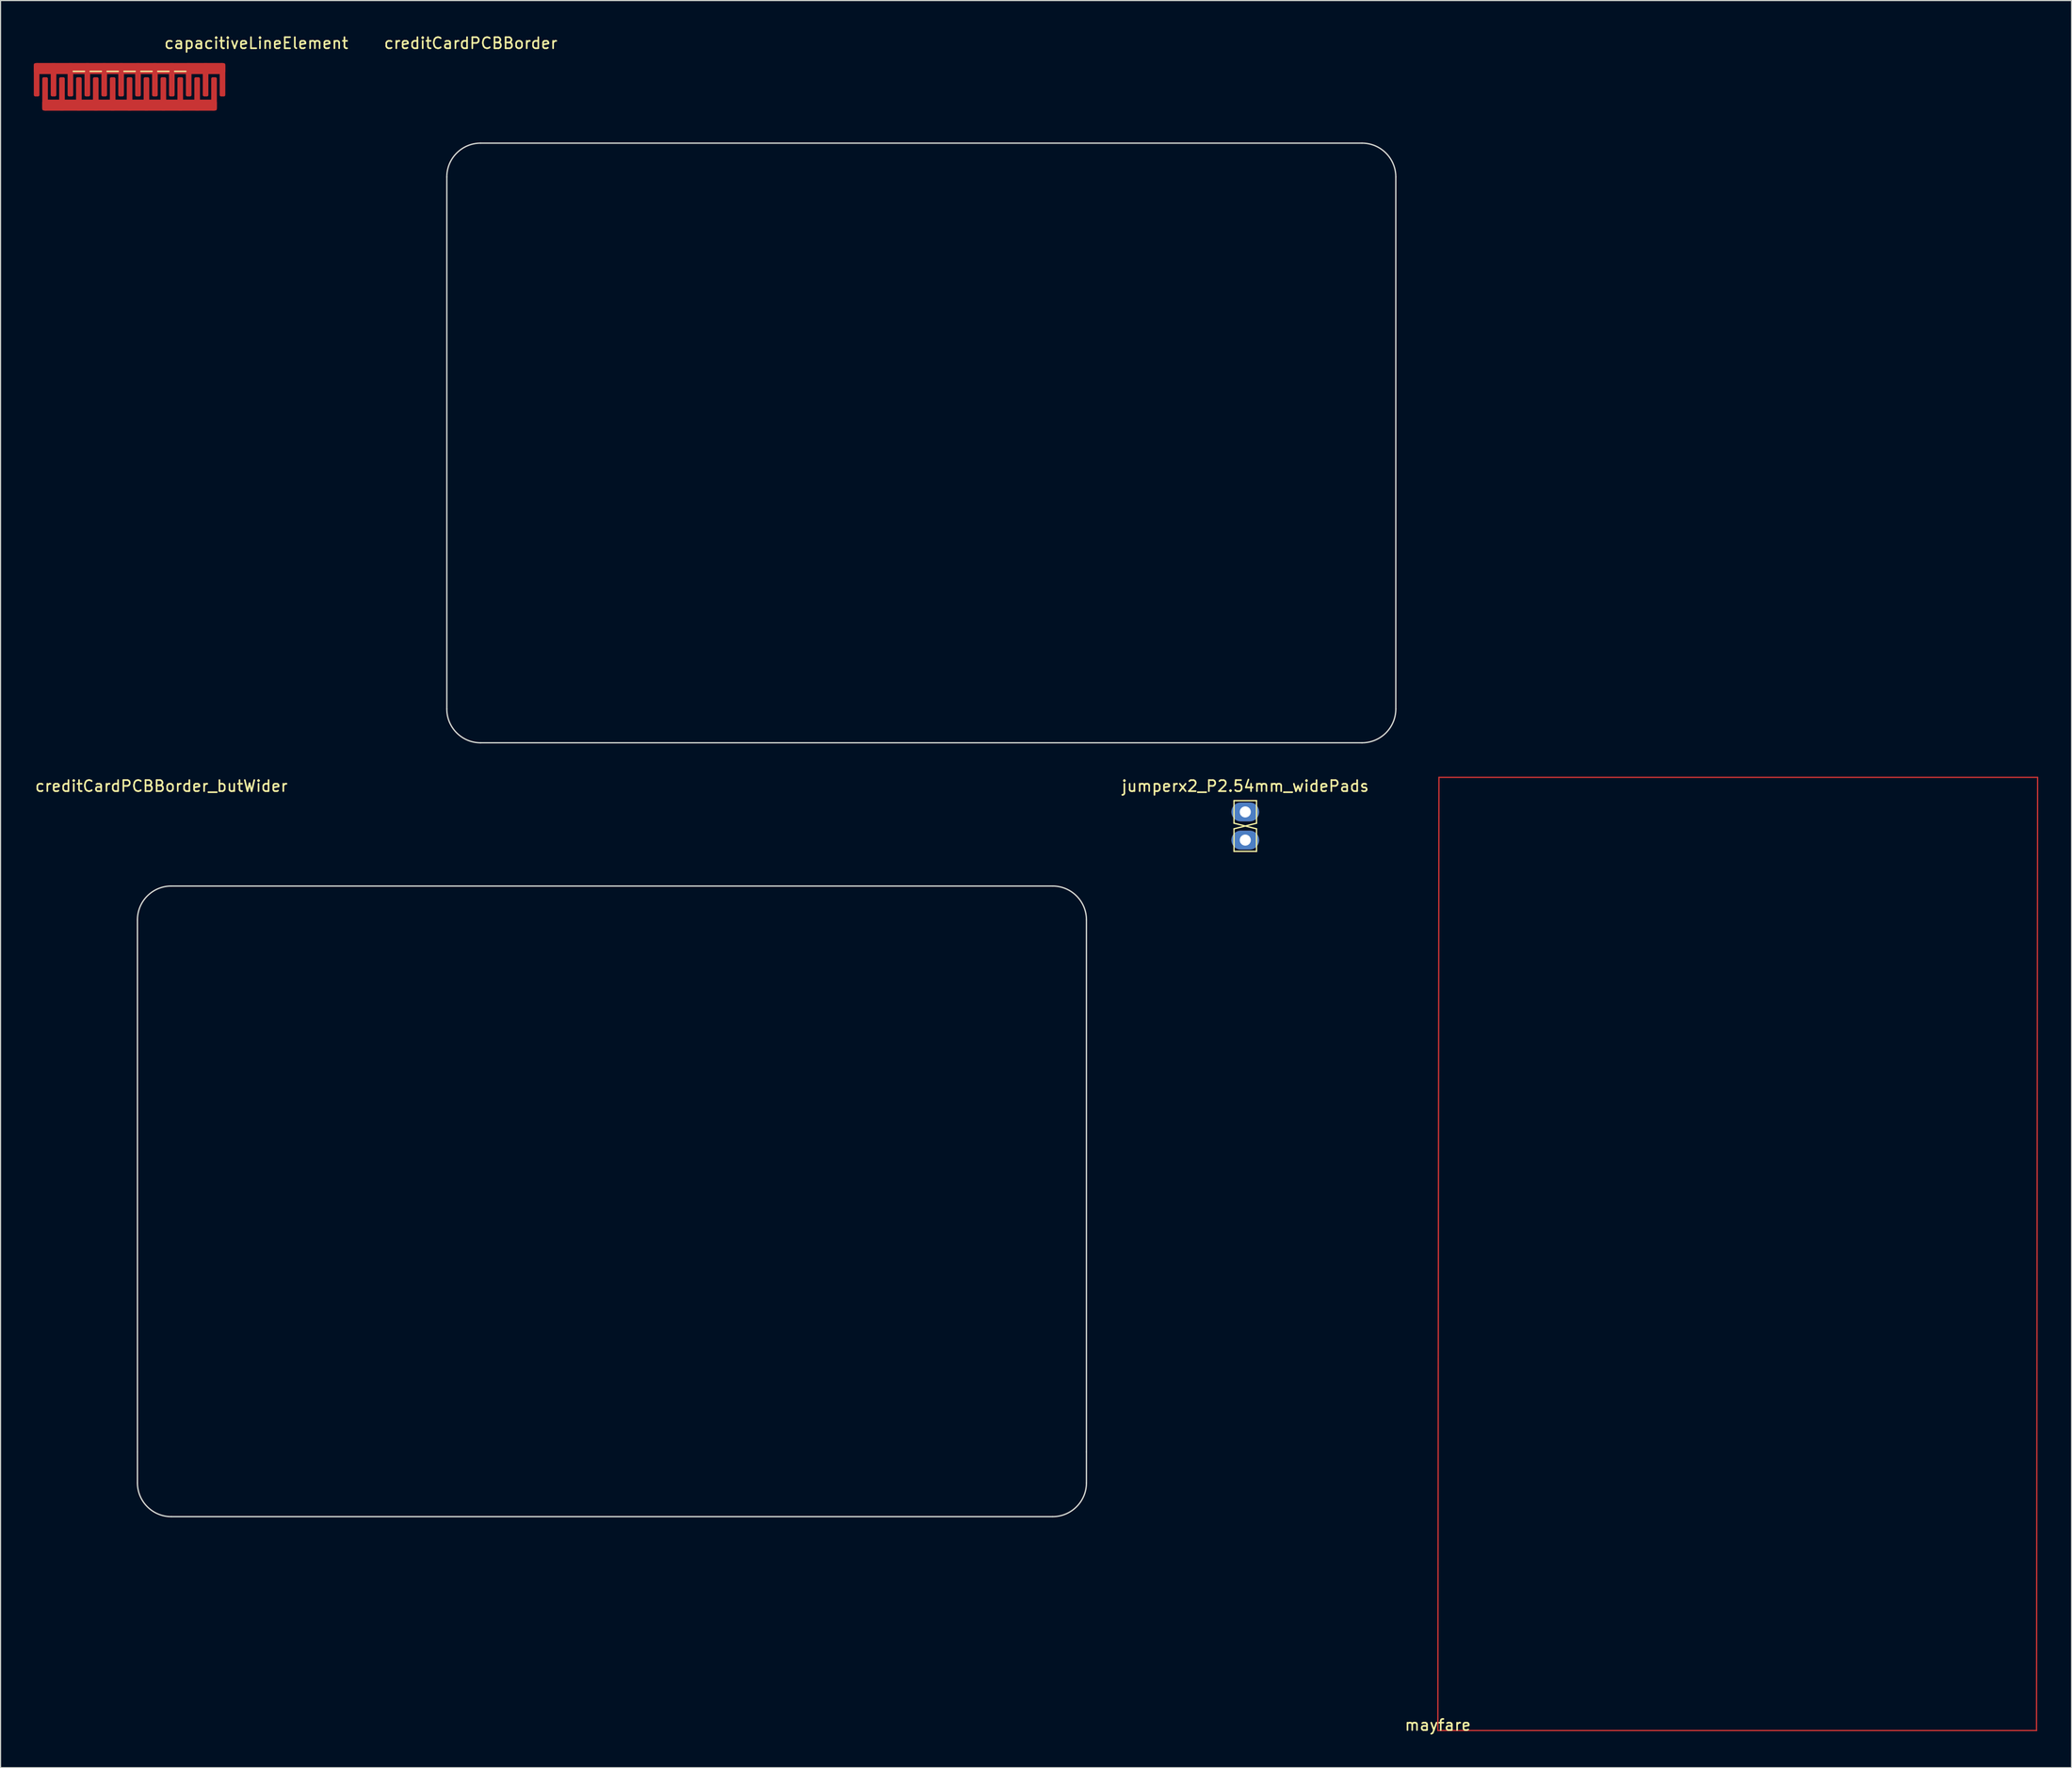
<source format=kicad_pcb>
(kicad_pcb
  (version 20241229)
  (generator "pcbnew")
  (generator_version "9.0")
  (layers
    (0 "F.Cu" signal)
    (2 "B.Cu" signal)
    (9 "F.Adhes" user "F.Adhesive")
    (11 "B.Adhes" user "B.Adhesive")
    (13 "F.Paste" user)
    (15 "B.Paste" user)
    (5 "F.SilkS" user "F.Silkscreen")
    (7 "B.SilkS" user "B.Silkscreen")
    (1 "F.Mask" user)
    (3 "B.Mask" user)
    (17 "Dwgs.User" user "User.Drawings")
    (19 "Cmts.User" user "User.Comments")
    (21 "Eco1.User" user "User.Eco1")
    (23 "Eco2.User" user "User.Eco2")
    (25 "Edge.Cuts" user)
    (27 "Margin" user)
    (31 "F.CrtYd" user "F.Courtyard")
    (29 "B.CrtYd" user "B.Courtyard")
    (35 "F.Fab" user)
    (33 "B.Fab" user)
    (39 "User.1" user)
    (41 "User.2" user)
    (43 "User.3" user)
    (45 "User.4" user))
  (footprint "mayfare"
    (layer "F.Cu")
    (at 126.642 153.087)
    (property "Reference" "mayfare" (at 0 -0.5 0) (unlocked yes) (layer "F.SilkS") (effects (font (size 1 1) (thickness 0.15))))
    (attr smd)
    (fp_line (start 0 0) (end 0.1 -86) (stroke (width 0.12) (type solid)) (layer "F.Cu"))
    (fp_line (start 0 0) (end 54 0) (stroke (width 0.12) (type solid)) (layer "F.Cu"))
    (fp_line (start 0.1 -86) (end 54.1 -86) (stroke (width 0.12) (type solid)) (layer "F.Cu"))
    (fp_line (start 54 0) (end 54.1 -86) (stroke (width 0.12) (type solid)) (layer "F.Cu")))
  (footprint "creditCardPCBBorder"
    (layer "F.Cu")
    (at 37.252 9.865)
    (property "Reference" "creditCardPCBBorder" (at 2.159 -9.017 0) (unlocked yes) (layer "F.SilkS") (effects (font (size 1 1) (thickness 0.15))))
    (fp_line (start 0 3.048) (end 0 51.054) (stroke (width 0.12) (type solid)) (layer "Edge.Cuts"))
    (fp_line (start 3.048 54.102) (end 82.55 54.102) (stroke (width 0.12) (type solid)) (layer "Edge.Cuts"))
    (fp_line (start 82.55 0) (end 3.048 0) (stroke (width 0.12) (type solid)) (layer "Edge.Cuts"))
    (fp_line (start 85.598 51.054) (end 85.598 3.048) (stroke (width 0.12) (type solid)) (layer "Edge.Cuts"))
    (fp_arc (start 0 3.048) (mid 0.892739 0.892739) (end 3.048 0) (stroke (width 0.12) (type solid)) (layer "Edge.Cuts"))
    (fp_arc (start 3.048 54.102) (mid 0.892739 53.209261) (end 0 51.054) (stroke (width 0.12) (type solid)) (layer "Edge.Cuts"))
    (fp_arc (start 82.55 0) (mid 84.705261 0.892739) (end 85.598 3.048) (stroke (width 0.12) (type solid)) (layer "Edge.Cuts"))
    (fp_arc (start 85.598 51.054) (mid 84.705261 53.209261) (end 82.55 54.102) (stroke (width 0.12) (type solid)) (layer "Edge.Cuts")))
  (footprint "creditCardPCBBorder_butWider"
    (layer "F.Cu")
    (at 9.347 76.892)
    (property "Reference" "creditCardPCBBorder_butWider" (at 2.159 -9.017 0) (unlocked yes) (layer "F.SilkS") (effects (font (size 1 1) (thickness 0.15))))
    (fp_line (start 0 3.048) (end 0 51.054) (stroke (width 0.12) (type solid)) (layer "Edge.Cuts"))
    (fp_line (start 0 53.848) (end 0 51.054) (stroke (width 0.12) (type solid)) (layer "Edge.Cuts"))
    (fp_line (start 3.048 56.896) (end 82.55 56.896) (stroke (width 0.12) (type solid)) (layer "Edge.Cuts"))
    (fp_line (start 82.55 0) (end 3.048 0) (stroke (width 0.12) (type solid)) (layer "Edge.Cuts"))
    (fp_line (start 85.598 51.054) (end 85.598 3.048) (stroke (width 0.12) (type solid)) (layer "Edge.Cuts"))
    (fp_line (start 85.598 53.848) (end 85.598 51.054) (stroke (width 0.12) (type solid)) (layer "Edge.Cuts"))
    (fp_arc (start 0 3.048) (mid 0.892739 0.892739) (end 3.048 0) (stroke (width 0.12) (type solid)) (layer "Edge.Cuts"))
    (fp_arc (start 3.048 56.896) (mid 0.892739 56.003261) (end 0 53.848) (stroke (width 0.12) (type solid)) (layer "Edge.Cuts"))
    (fp_arc (start 82.55 0) (mid 84.705261 0.892739) (end 85.598 3.048) (stroke (width 0.12) (type solid)) (layer "Edge.Cuts"))
    (fp_arc (start 85.598 53.848) (mid 84.705261 56.003261) (end 82.55 56.896) (stroke (width 0.12) (type solid)) (layer "Edge.Cuts")))
  (footprint "jumperx2_P2.54mm_widePads"
    (layer "F.Cu")
    (at 109.273 70.206)
    (property "Reference" "jumperx2_P2.54mm_widePads" (at 0 -2.33 0) (layer "F.SilkS") (effects (font (size 1 1) (thickness 0.15))))
    (attr through_hole)
    (fp_line (start -1.016 -1.016) (end 1.016 -1.016) (stroke (width 0.12) (type solid)) (layer "F.SilkS"))
    (fp_line (start -1.016 1.016) (end -1.016 -1.016) (stroke (width 0.12) (type solid)) (layer "F.SilkS"))
    (fp_line (start -1.016 1.524) (end -1.016 3.556) (stroke (width 0.12) (type solid)) (layer "F.SilkS"))
    (fp_line (start 1.016 -1.016) (end 1.016 1.016) (stroke (width 0.12) (type solid)) (layer "F.SilkS"))
    (fp_line (start 1.016 1.016) (end -1.016 1.524) (stroke (width 0.12) (type solid)) (layer "F.SilkS"))
    (fp_line (start 1.016 1.524) (end -1.016 1.016) (stroke (width 0.12) (type solid)) (layer "F.SilkS"))
    (fp_line (start 1.016 3.556) (end -1.016 3.556) (stroke (width 0.12) (type solid)) (layer "F.SilkS"))
    (fp_line (start 1.016 3.556) (end 1.016 1.524) (stroke (width 0.12) (type solid)) (layer "F.SilkS"))
    (pad "1" thru_hole oval (at 0 0 180) (size 2.5 1.7) (drill 1) (layers "*.Cu" "*.Mask"))
    (pad "2" thru_hole oval (at 0 2.54 180) (size 2.5 1.7) (drill 1) (layers "*.Cu" "*.Mask")))
  (footprint "capacitiveLineElement"
    (layer "F.Cu")
    (at 8.636 3.134)
    (property "Reference" "capacitiveLineElement" (at 11.43 -2.286 0) (layer "F.SilkS") (effects (font (size 1 1) (thickness 0.15))))
    (attr through_hole)
    (fp_line (start -5.08 0.254) (end -4.064 0.254) (stroke (width 0.12) (type solid)) (layer "F.SilkS"))
    (fp_line (start -3.556 0.254) (end -2.54 0.254) (stroke (width 0.12) (type solid)) (layer "F.SilkS"))
    (fp_line (start -2.032 0.254) (end -1.016 0.254) (stroke (width 0.12) (type solid)) (layer "F.SilkS"))
    (fp_line (start -0.508 0.254) (end 0.508 0.254) (stroke (width 0.12) (type solid)) (layer "F.SilkS"))
    (fp_line (start 1.016 0.254) (end 2.032 0.254) (stroke (width 0.12) (type solid)) (layer "F.SilkS"))
    (fp_line (start 2.54 0.254) (end 3.556 0.254) (stroke (width 0.12) (type solid)) (layer "F.SilkS"))
    (fp_line (start 4.064 0.254) (end 5.08 0.254) (stroke (width 0.12) (type solid)) (layer "F.SilkS"))
    (pad "1" smd roundrect (at -8.382 1.016) (size 0.508 3) (layers "F.Cu") (roundrect_rratio 0.25))
    (pad "1" smd roundrect (at -6.858 1.016) (size 0.508 3) (layers "F.Cu") (roundrect_rratio 0.25))
    (pad "1" smd roundrect (at -5.334 1.016) (size 0.508 3) (layers "F.Cu") (roundrect_rratio 0.25))
    (pad "1" smd roundrect (at -3.81 1.016) (size 0.508 3) (layers "F.Cu") (roundrect_rratio 0.25))
    (pad "1" smd roundrect (at -2.286 1.016) (size 0.508 3) (layers "F.Cu") (roundrect_rratio 0.25))
    (pad "1" smd roundrect (at -0.762 1.016) (size 0.508 3) (layers "F.Cu") (roundrect_rratio 0.25))
    (pad "1" smd roundrect (at 0 0) (size 17.272 1) (layers "F.Cu") (roundrect_rratio 0.25))
    (pad "1" smd roundrect (at 0.762 1.016) (size 0.508 3) (layers "F.Cu") (roundrect_rratio 0.25))
    (pad "1" smd roundrect (at 2.286 1.016) (size 0.508 3) (layers "F.Cu") (roundrect_rratio 0.25))
    (pad "1" smd roundrect (at 3.81 1.016) (size 0.508 3) (layers "F.Cu") (roundrect_rratio 0.25))
    (pad "1" smd roundrect (at 5.334 1.016) (size 0.508 3) (layers "F.Cu") (roundrect_rratio 0.25))
    (pad "1" smd roundrect (at 6.858 1.016) (size 0.508 3) (layers "F.Cu") (roundrect_rratio 0.25))
    (pad "1" smd roundrect (at 8.382 1.016) (size 0.508 3) (layers "F.Cu") (roundrect_rratio 0.25))
    (pad "2" smd roundrect (at -7.62 2.286) (size 0.508 3) (layers "F.Cu") (roundrect_rratio 0.25))
    (pad "2" smd roundrect (at -6.096 2.286) (size 0.508 3) (layers "F.Cu") (roundrect_rratio 0.25))
    (pad "2" smd roundrect (at -4.572 2.286) (size 0.508 3) (layers "F.Cu") (roundrect_rratio 0.25))
    (pad "2" smd roundrect (at -3.048 2.286) (size 0.508 3) (layers "F.Cu") (roundrect_rratio 0.25))
    (pad "2" smd roundrect (at -1.524 2.286) (size 0.508 3) (layers "F.Cu") (roundrect_rratio 0.25))
    (pad "2" smd roundrect (at 0 2.286) (size 0.508 3) (layers "F.Cu") (roundrect_rratio 0.25))
    (pad "2" smd roundrect (at 0 3.302) (size 15.748 1) (layers "F.Cu") (roundrect_rratio 0.25))
    (pad "2" smd roundrect (at 1.524 2.286) (size 0.508 3) (layers "F.Cu") (roundrect_rratio 0.25))
    (pad "2" smd roundrect (at 3.048 2.286) (size 0.508 3) (layers "F.Cu") (roundrect_rratio 0.25))
    (pad "2" smd roundrect (at 4.572 2.286) (size 0.508 3) (layers "F.Cu") (roundrect_rratio 0.25))
    (pad "2" smd roundrect (at 6.096 2.286) (size 0.508 3) (layers "F.Cu") (roundrect_rratio 0.25))
    (pad "2" smd roundrect (at 7.62 2.286) (size 0.508 3) (layers "F.Cu") (roundrect_rratio 0.25)))
  (gr_rect
    (start -3 -3)
    (end 183.802 156.435)
    (stroke (width 0.1) (type default))
    (fill no)
    (layer "Edge.Cuts")))
</source>
